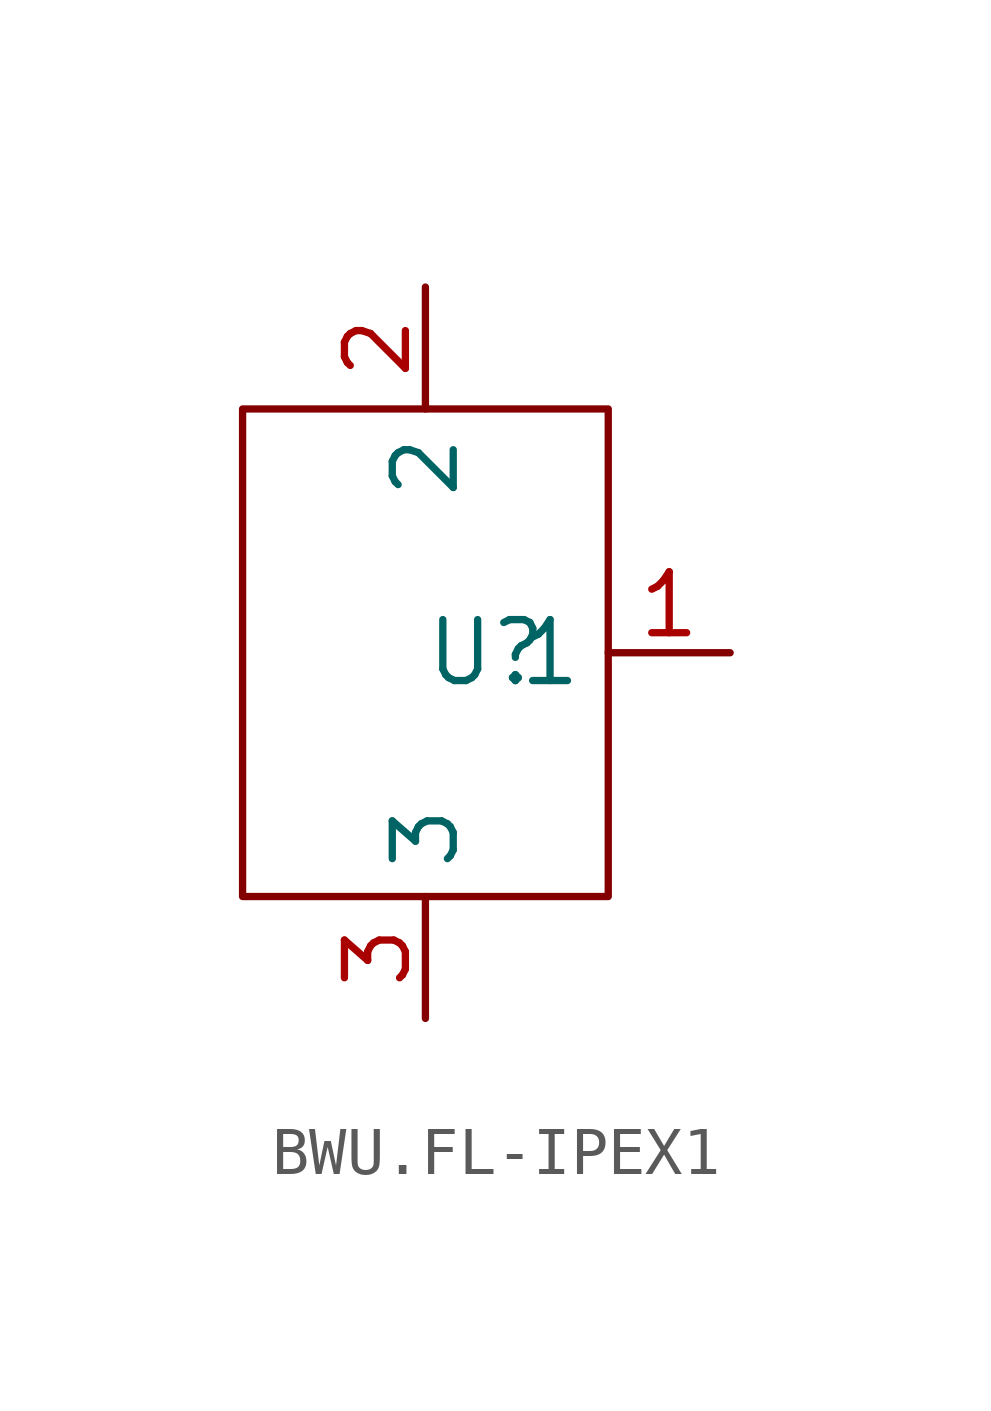
<source format=kicad_sym>
(kicad_symbol_lib
  (version 20231120)
  (generator "kicad_symbol_editor")
  (generator_version "8.0")
  (symbol "BWU.FL-IPEX1"
    (property "Reference" "U"
      (at 0 0 0)
      (effects (font (size 1.27 1.27))))
    (property "Value" ""
      (at 0 0 0)
      (effects (font (size 1.27 1.27))))
    (symbol "BWU.FL-IPEX1_1_0"
      (rectangle (start -5.08 -5.08) (end 2.54 5.08) (stroke (width 0) (type default)) (fill (type none)))
      (pin input line (at 5.08 0 180) (length 2.54) (name "1" (effects (font (size 1.27 1.27)))) (number "1" (effects (font (size 1.27 1.27)))))
      (pin input line (at -1.27 7.62 270) (length 2.54) (name "2" (effects (font (size 1.27 1.27)))) (number "2" (effects (font (size 1.27 1.27)))))
      (pin input line (at -1.27 -7.62 90) (length 2.54) (name "3" (effects (font (size 1.27 1.27)))) (number "3" (effects (font (size 1.27 1.27))))))))
</source>
